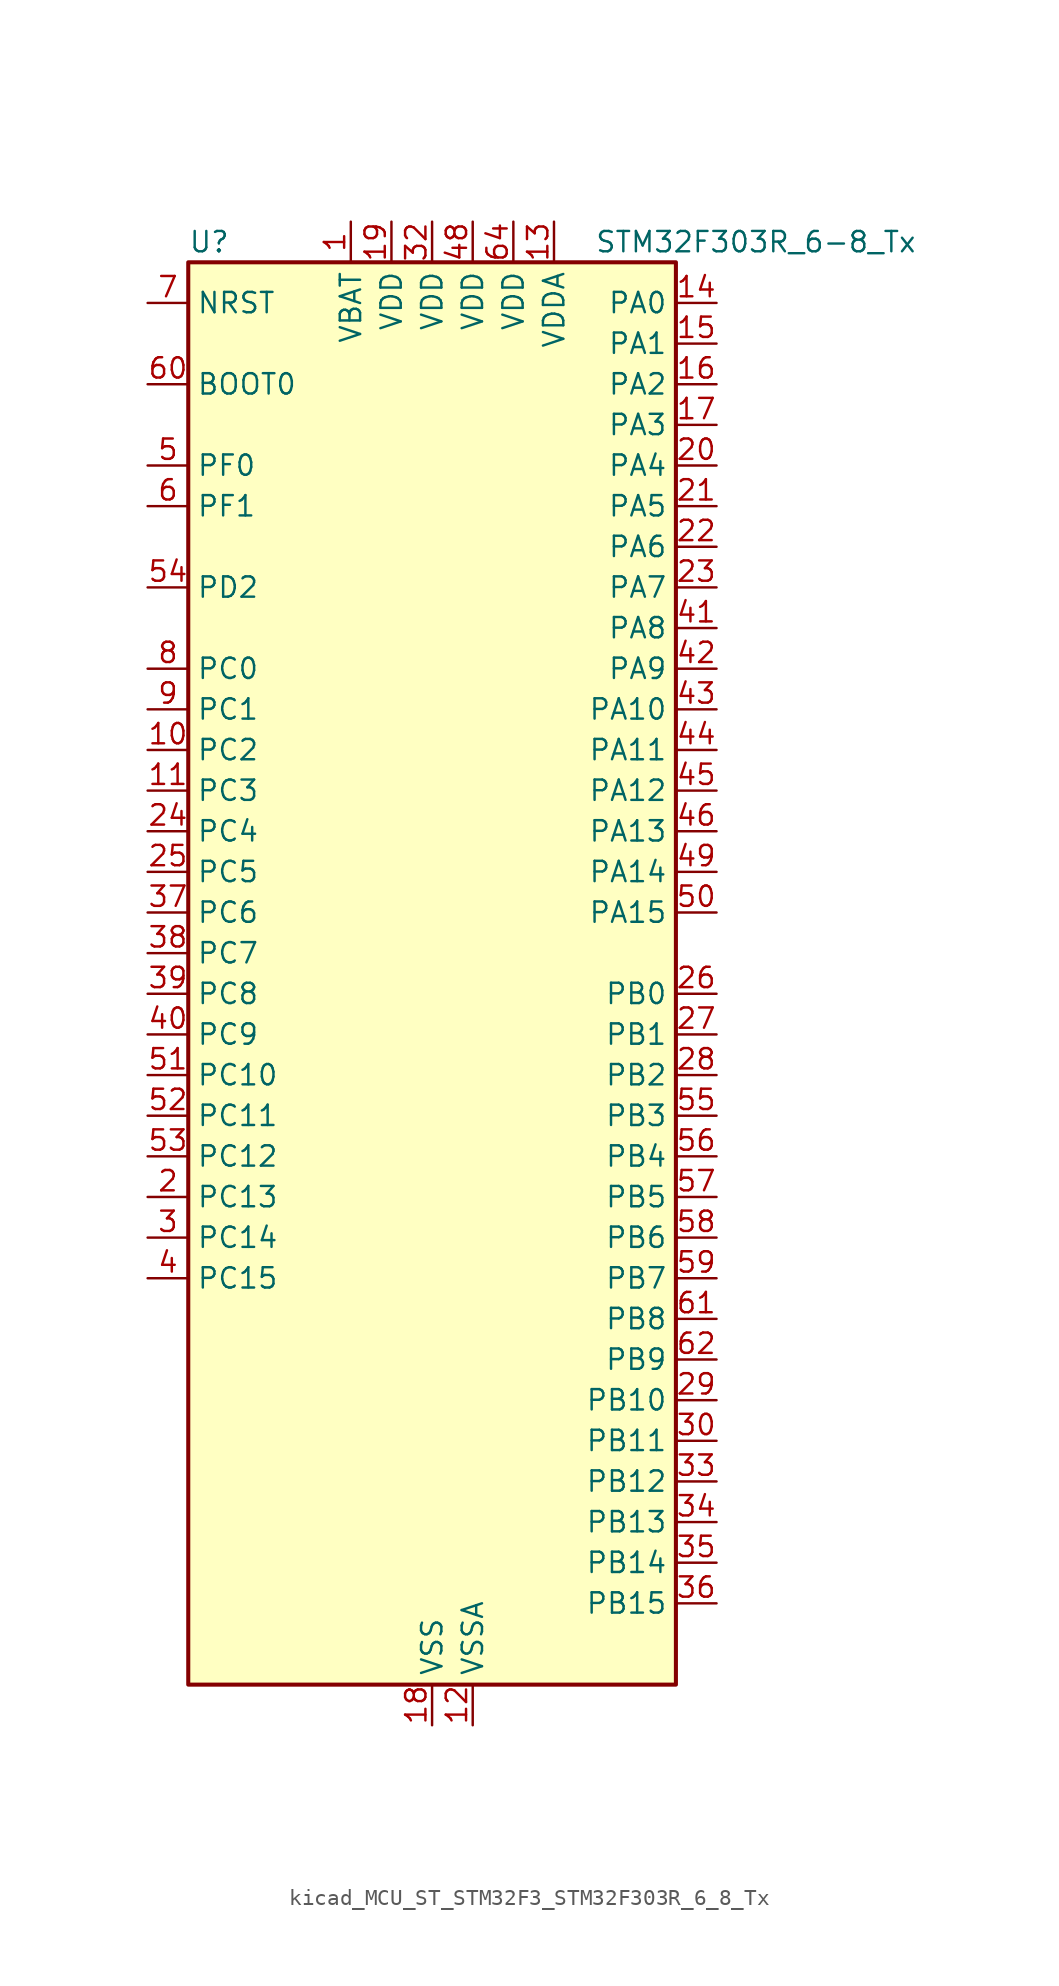
<source format=kicad_sym>
(kicad_symbol_lib
  (version 20220914)
  (generator kicad_symbol_editor)
  (symbol "kicad_MCU_ST_STM32F3_STM32F303R_6_8_Tx"
    (property "Reference" "U"
      (at -15.24 46.99 0)
      (effects (font (size 1.27 1.27)) (justify left)))
    (property "Value" "STM32F303R_6-8_Tx"
      (at 10.16 46.99 0)
      (effects (font (size 1.27 1.27)) (justify left)))
    (property "ki_locked" ""
      (at 0 0 0)
      (effects (font (size 1.27 1.27))))
    (symbol "kicad_MCU_ST_STM32F3_STM32F303R_6_8_Tx_0_1"
      (rectangle (start -15.24 -43.18) (end 15.24 45.72) (stroke (width 0.254) (type default)) (fill (type background))))
    (symbol "kicad_MCU_ST_STM32F3_STM32F303R_6_8_Tx_1_1"
      (pin power_in line (at -5.08 48.26 270) (length 2.54) (name "VBAT" (effects (font (size 1.27 1.27)))) (number "1" (effects (font (size 1.27 1.27)))))
      (pin bidirectional line (at -17.78 15.24 0) (length 2.54) (name "PC2" (effects (font (size 1.27 1.27)))) (number "10" (effects (font (size 1.27 1.27)))) (alternate "ADC1_IN8" bidirectional line) (alternate "ADC2_IN8" bidirectional line) (alternate "TIM1_CH3" bidirectional line))
      (pin bidirectional line (at -17.78 12.7 0) (length 2.54) (name "PC3" (effects (font (size 1.27 1.27)))) (number "11" (effects (font (size 1.27 1.27)))) (alternate "ADC1_IN9" bidirectional line) (alternate "ADC2_IN9" bidirectional line) (alternate "TIM1_BKIN2" bidirectional line) (alternate "TIM1_CH4" bidirectional line))
      (pin power_in line (at 2.54 -45.72 90) (length 2.54) (name "VSSA" (effects (font (size 1.27 1.27)))) (number "12" (effects (font (size 1.27 1.27)))))
      (pin power_in line (at 7.62 48.26 270) (length 2.54) (name "VDDA" (effects (font (size 1.27 1.27)))) (number "13" (effects (font (size 1.27 1.27)))))
      (pin bidirectional line (at 17.78 43.18 180) (length 2.54) (name "PA0" (effects (font (size 1.27 1.27)))) (number "14" (effects (font (size 1.27 1.27)))) (alternate "ADC1_IN1" bidirectional line) (alternate "RTC_TAMP2" bidirectional line) (alternate "SYS_WKUP1" bidirectional line) (alternate "TIM2_CH1" bidirectional line) (alternate "TIM2_ETR" bidirectional line) (alternate "TSC_G1_IO1" bidirectional line) (alternate "USART2_CTS" bidirectional line))
      (pin bidirectional line (at 17.78 40.64 180) (length 2.54) (name "PA1" (effects (font (size 1.27 1.27)))) (number "15" (effects (font (size 1.27 1.27)))) (alternate "ADC1_IN2" bidirectional line) (alternate "RTC_REFIN" bidirectional line) (alternate "TIM15_CH1N" bidirectional line) (alternate "TIM2_CH2" bidirectional line) (alternate "TSC_G1_IO2" bidirectional line) (alternate "USART2_DE" bidirectional line) (alternate "USART2_RTS" bidirectional line))
      (pin bidirectional line (at 17.78 38.1 180) (length 2.54) (name "PA2" (effects (font (size 1.27 1.27)))) (number "16" (effects (font (size 1.27 1.27)))) (alternate "ADC1_IN3" bidirectional line) (alternate "COMP2_INM" bidirectional line) (alternate "COMP2_OUT" bidirectional line) (alternate "TIM15_CH1" bidirectional line) (alternate "TIM2_CH3" bidirectional line) (alternate "TSC_G1_IO3" bidirectional line) (alternate "USART2_TX" bidirectional line))
      (pin bidirectional line (at 17.78 35.56 180) (length 2.54) (name "PA3" (effects (font (size 1.27 1.27)))) (number "17" (effects (font (size 1.27 1.27)))) (alternate "ADC1_IN4" bidirectional line) (alternate "TIM15_CH2" bidirectional line) (alternate "TIM2_CH4" bidirectional line) (alternate "TSC_G1_IO4" bidirectional line) (alternate "USART2_RX" bidirectional line))
      (pin power_in line (at 0 -45.72 90) (length 2.54) (name "VSS" (effects (font (size 1.27 1.27)))) (number "18" (effects (font (size 1.27 1.27)))))
      (pin power_in line (at -2.54 48.26 270) (length 2.54) (name "VDD" (effects (font (size 1.27 1.27)))) (number "19" (effects (font (size 1.27 1.27)))))
      (pin bidirectional line (at -17.78 -12.7 0) (length 2.54) (name "PC13" (effects (font (size 1.27 1.27)))) (number "2" (effects (font (size 1.27 1.27)))) (alternate "RTC_OUT_ALARM" bidirectional line) (alternate "RTC_OUT_CALIB" bidirectional line) (alternate "RTC_TAMP1" bidirectional line) (alternate "RTC_TS" bidirectional line) (alternate "SYS_WKUP2" bidirectional line) (alternate "TIM1_CH1N" bidirectional line))
      (pin bidirectional line (at 17.78 33.02 180) (length 2.54) (name "PA4" (effects (font (size 1.27 1.27)))) (number "20" (effects (font (size 1.27 1.27)))) (alternate "ADC2_IN1" bidirectional line) (alternate "COMP2_INM" bidirectional line) (alternate "COMP4_INM" bidirectional line) (alternate "COMP6_INM" bidirectional line) (alternate "DAC1_OUT1" bidirectional line) (alternate "SPI1_NSS" bidirectional line) (alternate "TIM3_CH2" bidirectional line) (alternate "TSC_G2_IO1" bidirectional line) (alternate "USART2_CK" bidirectional line))
      (pin bidirectional line (at 17.78 30.48 180) (length 2.54) (name "PA5" (effects (font (size 1.27 1.27)))) (number "21" (effects (font (size 1.27 1.27)))) (alternate "ADC2_IN2" bidirectional line) (alternate "DAC1_OUT2" bidirectional line) (alternate "OPAMP2_VINM" bidirectional line) (alternate "OPAMP2_VINM_SEC" bidirectional line) (alternate "SPI1_SCK" bidirectional line) (alternate "TIM2_CH1" bidirectional line) (alternate "TIM2_ETR" bidirectional line) (alternate "TSC_G2_IO2" bidirectional line))
      (pin bidirectional line (at 17.78 27.94 180) (length 2.54) (name "PA6" (effects (font (size 1.27 1.27)))) (number "22" (effects (font (size 1.27 1.27)))) (alternate "ADC2_IN3" bidirectional line) (alternate "DAC2_OUT1" bidirectional line) (alternate "OPAMP2_VOUT" bidirectional line) (alternate "SPI1_MISO" bidirectional line) (alternate "TIM16_CH1" bidirectional line) (alternate "TIM1_BKIN" bidirectional line) (alternate "TIM3_CH1" bidirectional line) (alternate "TSC_G2_IO3" bidirectional line))
      (pin bidirectional line (at 17.78 25.4 180) (length 2.54) (name "PA7" (effects (font (size 1.27 1.27)))) (number "23" (effects (font (size 1.27 1.27)))) (alternate "ADC2_IN4" bidirectional line) (alternate "COMP2_INP" bidirectional line) (alternate "OPAMP2_VINP" bidirectional line) (alternate "OPAMP2_VINP_SEC" bidirectional line) (alternate "SPI1_MOSI" bidirectional line) (alternate "TIM17_CH1" bidirectional line) (alternate "TIM1_CH1N" bidirectional line) (alternate "TIM3_CH2" bidirectional line) (alternate "TSC_G2_IO4" bidirectional line))
      (pin bidirectional line (at -17.78 10.16 0) (length 2.54) (name "PC4" (effects (font (size 1.27 1.27)))) (number "24" (effects (font (size 1.27 1.27)))) (alternate "ADC2_IN5" bidirectional line) (alternate "TIM1_ETR" bidirectional line) (alternate "USART1_TX" bidirectional line))
      (pin bidirectional line (at -17.78 7.62 0) (length 2.54) (name "PC5" (effects (font (size 1.27 1.27)))) (number "25" (effects (font (size 1.27 1.27)))) (alternate "ADC2_IN11" bidirectional line) (alternate "OPAMP2_VINM" bidirectional line) (alternate "OPAMP2_VINM_SEC" bidirectional line) (alternate "TIM15_BKIN" bidirectional line) (alternate "TSC_G3_IO1" bidirectional line) (alternate "USART1_RX" bidirectional line))
      (pin bidirectional line (at 17.78 0 180) (length 2.54) (name "PB0" (effects (font (size 1.27 1.27)))) (number "26" (effects (font (size 1.27 1.27)))) (alternate "ADC1_IN11" bidirectional line) (alternate "COMP4_INP" bidirectional line) (alternate "OPAMP2_VINP" bidirectional line) (alternate "OPAMP2_VINP_SEC" bidirectional line) (alternate "TIM1_CH2N" bidirectional line) (alternate "TIM3_CH3" bidirectional line) (alternate "TSC_G3_IO2" bidirectional line))
      (pin bidirectional line (at 17.78 -2.54 180) (length 2.54) (name "PB1" (effects (font (size 1.27 1.27)))) (number "27" (effects (font (size 1.27 1.27)))) (alternate "ADC1_IN12" bidirectional line) (alternate "COMP4_OUT" bidirectional line) (alternate "TIM1_CH3N" bidirectional line) (alternate "TIM3_CH4" bidirectional line) (alternate "TSC_G3_IO3" bidirectional line))
      (pin bidirectional line (at 17.78 -5.08 180) (length 2.54) (name "PB2" (effects (font (size 1.27 1.27)))) (number "28" (effects (font (size 1.27 1.27)))) (alternate "ADC2_IN12" bidirectional line) (alternate "COMP4_INM" bidirectional line) (alternate "TSC_G3_IO4" bidirectional line))
      (pin bidirectional line (at 17.78 -25.4 180) (length 2.54) (name "PB10" (effects (font (size 1.27 1.27)))) (number "29" (effects (font (size 1.27 1.27)))) (alternate "TIM2_CH3" bidirectional line) (alternate "TSC_SYNC" bidirectional line) (alternate "USART3_TX" bidirectional line))
      (pin bidirectional line (at -17.78 -15.24 0) (length 2.54) (name "PC14" (effects (font (size 1.27 1.27)))) (number "3" (effects (font (size 1.27 1.27)))) (alternate "RCC_OSC32_IN" bidirectional line))
      (pin bidirectional line (at 17.78 -27.94 180) (length 2.54) (name "PB11" (effects (font (size 1.27 1.27)))) (number "30" (effects (font (size 1.27 1.27)))) (alternate "COMP6_INP" bidirectional line) (alternate "TIM2_CH4" bidirectional line) (alternate "TSC_G6_IO1" bidirectional line) (alternate "USART3_RX" bidirectional line))
      (pin passive line (at 0 -45.72 90) (length 2.54) hide (name "VSS" (effects (font (size 1.27 1.27)))) (number "31" (effects (font (size 1.27 1.27)))))
      (pin power_in line (at 0 48.26 270) (length 2.54) (name "VDD" (effects (font (size 1.27 1.27)))) (number "32" (effects (font (size 1.27 1.27)))))
      (pin bidirectional line (at 17.78 -30.48 180) (length 2.54) (name "PB12" (effects (font (size 1.27 1.27)))) (number "33" (effects (font (size 1.27 1.27)))) (alternate "ADC2_IN13" bidirectional line) (alternate "TIM1_BKIN" bidirectional line) (alternate "TSC_G6_IO2" bidirectional line) (alternate "USART3_CK" bidirectional line))
      (pin bidirectional line (at 17.78 -33.02 180) (length 2.54) (name "PB13" (effects (font (size 1.27 1.27)))) (number "34" (effects (font (size 1.27 1.27)))) (alternate "ADC1_IN13" bidirectional line) (alternate "TIM1_CH1N" bidirectional line) (alternate "TSC_G6_IO3" bidirectional line) (alternate "USART3_CTS" bidirectional line))
      (pin bidirectional line (at 17.78 -35.56 180) (length 2.54) (name "PB14" (effects (font (size 1.27 1.27)))) (number "35" (effects (font (size 1.27 1.27)))) (alternate "ADC2_IN14" bidirectional line) (alternate "OPAMP2_VINP" bidirectional line) (alternate "OPAMP2_VINP_SEC" bidirectional line) (alternate "TIM15_CH1" bidirectional line) (alternate "TIM1_CH2N" bidirectional line) (alternate "TSC_G6_IO4" bidirectional line) (alternate "USART3_DE" bidirectional line) (alternate "USART3_RTS" bidirectional line))
      (pin bidirectional line (at 17.78 -38.1 180) (length 2.54) (name "PB15" (effects (font (size 1.27 1.27)))) (number "36" (effects (font (size 1.27 1.27)))) (alternate "ADC2_IN15" bidirectional line) (alternate "COMP6_INM" bidirectional line) (alternate "RTC_REFIN" bidirectional line) (alternate "TIM15_CH1N" bidirectional line) (alternate "TIM15_CH2" bidirectional line) (alternate "TIM1_CH3N" bidirectional line))
      (pin bidirectional line (at -17.78 5.08 0) (length 2.54) (name "PC6" (effects (font (size 1.27 1.27)))) (number "37" (effects (font (size 1.27 1.27)))) (alternate "COMP6_OUT" bidirectional line) (alternate "TIM3_CH1" bidirectional line))
      (pin bidirectional line (at -17.78 2.54 0) (length 2.54) (name "PC7" (effects (font (size 1.27 1.27)))) (number "38" (effects (font (size 1.27 1.27)))) (alternate "TIM3_CH2" bidirectional line))
      (pin bidirectional line (at -17.78 0 0) (length 2.54) (name "PC8" (effects (font (size 1.27 1.27)))) (number "39" (effects (font (size 1.27 1.27)))) (alternate "TIM3_CH3" bidirectional line))
      (pin bidirectional line (at -17.78 -17.78 0) (length 2.54) (name "PC15" (effects (font (size 1.27 1.27)))) (number "4" (effects (font (size 1.27 1.27)))) (alternate "RCC_OSC32_OUT" bidirectional line))
      (pin bidirectional line (at -17.78 -2.54 0) (length 2.54) (name "PC9" (effects (font (size 1.27 1.27)))) (number "40" (effects (font (size 1.27 1.27)))) (alternate "DAC1_EXTI9" bidirectional line) (alternate "DAC2_EXTI9" bidirectional line) (alternate "TIM3_CH4" bidirectional line))
      (pin bidirectional line (at 17.78 22.86 180) (length 2.54) (name "PA8" (effects (font (size 1.27 1.27)))) (number "41" (effects (font (size 1.27 1.27)))) (alternate "RCC_MCO" bidirectional line) (alternate "TIM1_CH1" bidirectional line) (alternate "USART1_CK" bidirectional line))
      (pin bidirectional line (at 17.78 20.32 180) (length 2.54) (name "PA9" (effects (font (size 1.27 1.27)))) (number "42" (effects (font (size 1.27 1.27)))) (alternate "DAC1_EXTI9" bidirectional line) (alternate "DAC2_EXTI9" bidirectional line) (alternate "TIM15_BKIN" bidirectional line) (alternate "TIM1_CH2" bidirectional line) (alternate "TIM2_CH3" bidirectional line) (alternate "TSC_G4_IO1" bidirectional line) (alternate "USART1_TX" bidirectional line))
      (pin bidirectional line (at 17.78 17.78 180) (length 2.54) (name "PA10" (effects (font (size 1.27 1.27)))) (number "43" (effects (font (size 1.27 1.27)))) (alternate "COMP6_OUT" bidirectional line) (alternate "TIM17_BKIN" bidirectional line) (alternate "TIM1_CH3" bidirectional line) (alternate "TIM2_CH4" bidirectional line) (alternate "TSC_G4_IO2" bidirectional line) (alternate "USART1_RX" bidirectional line))
      (pin bidirectional line (at 17.78 15.24 180) (length 2.54) (name "PA11" (effects (font (size 1.27 1.27)))) (number "44" (effects (font (size 1.27 1.27)))) (alternate "CAN_RX" bidirectional line) (alternate "TIM1_BKIN2" bidirectional line) (alternate "TIM1_CH1N" bidirectional line) (alternate "TIM1_CH4" bidirectional line) (alternate "USART1_CTS" bidirectional line))
      (pin bidirectional line (at 17.78 12.7 180) (length 2.54) (name "PA12" (effects (font (size 1.27 1.27)))) (number "45" (effects (font (size 1.27 1.27)))) (alternate "CAN_TX" bidirectional line) (alternate "COMP2_OUT" bidirectional line) (alternate "TIM16_CH1" bidirectional line) (alternate "TIM1_CH2N" bidirectional line) (alternate "TIM1_ETR" bidirectional line) (alternate "USART1_DE" bidirectional line) (alternate "USART1_RTS" bidirectional line))
      (pin bidirectional line (at 17.78 10.16 180) (length 2.54) (name "PA13" (effects (font (size 1.27 1.27)))) (number "46" (effects (font (size 1.27 1.27)))) (alternate "IR_OUT" bidirectional line) (alternate "SYS_JTMS-SWDIO" bidirectional line) (alternate "TIM16_CH1N" bidirectional line) (alternate "TSC_G4_IO3" bidirectional line) (alternate "USART3_CTS" bidirectional line))
      (pin passive line (at 0 -45.72 90) (length 2.54) hide (name "VSS" (effects (font (size 1.27 1.27)))) (number "47" (effects (font (size 1.27 1.27)))))
      (pin power_in line (at 2.54 48.26 270) (length 2.54) (name "VDD" (effects (font (size 1.27 1.27)))) (number "48" (effects (font (size 1.27 1.27)))))
      (pin bidirectional line (at 17.78 7.62 180) (length 2.54) (name "PA14" (effects (font (size 1.27 1.27)))) (number "49" (effects (font (size 1.27 1.27)))) (alternate "I2C1_SDA" bidirectional line) (alternate "SYS_JTCK-SWCLK" bidirectional line) (alternate "TIM1_BKIN" bidirectional line) (alternate "TSC_G4_IO4" bidirectional line) (alternate "USART2_TX" bidirectional line))
      (pin bidirectional line (at -17.78 33.02 0) (length 2.54) (name "PF0" (effects (font (size 1.27 1.27)))) (number "5" (effects (font (size 1.27 1.27)))) (alternate "RCC_OSC_IN" bidirectional line) (alternate "TIM1_CH3N" bidirectional line))
      (pin bidirectional line (at 17.78 5.08 180) (length 2.54) (name "PA15" (effects (font (size 1.27 1.27)))) (number "50" (effects (font (size 1.27 1.27)))) (alternate "I2C1_SCL" bidirectional line) (alternate "SPI1_NSS" bidirectional line) (alternate "SYS_JTDI" bidirectional line) (alternate "TIM1_BKIN" bidirectional line) (alternate "TIM2_CH1" bidirectional line) (alternate "TIM2_ETR" bidirectional line) (alternate "TSC_SYNC" bidirectional line) (alternate "USART2_RX" bidirectional line))
      (pin bidirectional line (at -17.78 -5.08 0) (length 2.54) (name "PC10" (effects (font (size 1.27 1.27)))) (number "51" (effects (font (size 1.27 1.27)))) (alternate "USART3_TX" bidirectional line))
      (pin bidirectional line (at -17.78 -7.62 0) (length 2.54) (name "PC11" (effects (font (size 1.27 1.27)))) (number "52" (effects (font (size 1.27 1.27)))) (alternate "USART3_RX" bidirectional line))
      (pin bidirectional line (at -17.78 -10.16 0) (length 2.54) (name "PC12" (effects (font (size 1.27 1.27)))) (number "53" (effects (font (size 1.27 1.27)))) (alternate "USART3_CK" bidirectional line))
      (pin bidirectional line (at -17.78 25.4 0) (length 2.54) (name "PD2" (effects (font (size 1.27 1.27)))) (number "54" (effects (font (size 1.27 1.27)))) (alternate "TIM3_ETR" bidirectional line))
      (pin bidirectional line (at 17.78 -7.62 180) (length 2.54) (name "PB3" (effects (font (size 1.27 1.27)))) (number "55" (effects (font (size 1.27 1.27)))) (alternate "SPI1_SCK" bidirectional line) (alternate "SYS_JTDO-TRACESWO" bidirectional line) (alternate "TIM2_CH2" bidirectional line) (alternate "TIM3_ETR" bidirectional line) (alternate "TSC_G5_IO1" bidirectional line) (alternate "USART2_TX" bidirectional line))
      (pin bidirectional line (at 17.78 -10.16 180) (length 2.54) (name "PB4" (effects (font (size 1.27 1.27)))) (number "56" (effects (font (size 1.27 1.27)))) (alternate "SPI1_MISO" bidirectional line) (alternate "SYS_NJTRST" bidirectional line) (alternate "TIM16_CH1" bidirectional line) (alternate "TIM17_BKIN" bidirectional line) (alternate "TIM3_CH1" bidirectional line) (alternate "TSC_G5_IO2" bidirectional line) (alternate "USART2_RX" bidirectional line))
      (pin bidirectional line (at 17.78 -12.7 180) (length 2.54) (name "PB5" (effects (font (size 1.27 1.27)))) (number "57" (effects (font (size 1.27 1.27)))) (alternate "I2C1_SMBA" bidirectional line) (alternate "SPI1_MOSI" bidirectional line) (alternate "TIM16_BKIN" bidirectional line) (alternate "TIM17_CH1" bidirectional line) (alternate "TIM3_CH2" bidirectional line) (alternate "USART2_CK" bidirectional line))
      (pin bidirectional line (at 17.78 -15.24 180) (length 2.54) (name "PB6" (effects (font (size 1.27 1.27)))) (number "58" (effects (font (size 1.27 1.27)))) (alternate "I2C1_SCL" bidirectional line) (alternate "TIM16_CH1N" bidirectional line) (alternate "TSC_G5_IO3" bidirectional line) (alternate "USART1_TX" bidirectional line))
      (pin bidirectional line (at 17.78 -17.78 180) (length 2.54) (name "PB7" (effects (font (size 1.27 1.27)))) (number "59" (effects (font (size 1.27 1.27)))) (alternate "I2C1_SDA" bidirectional line) (alternate "TIM17_CH1N" bidirectional line) (alternate "TIM3_CH4" bidirectional line) (alternate "TSC_G5_IO4" bidirectional line) (alternate "USART1_RX" bidirectional line))
      (pin bidirectional line (at -17.78 30.48 0) (length 2.54) (name "PF1" (effects (font (size 1.27 1.27)))) (number "6" (effects (font (size 1.27 1.27)))) (alternate "RCC_OSC_OUT" bidirectional line))
      (pin input line (at -17.78 38.1 0) (length 2.54) (name "BOOT0" (effects (font (size 1.27 1.27)))) (number "60" (effects (font (size 1.27 1.27)))))
      (pin bidirectional line (at 17.78 -20.32 180) (length 2.54) (name "PB8" (effects (font (size 1.27 1.27)))) (number "61" (effects (font (size 1.27 1.27)))) (alternate "CAN_RX" bidirectional line) (alternate "I2C1_SCL" bidirectional line) (alternate "TIM16_CH1" bidirectional line) (alternate "TIM1_BKIN" bidirectional line) (alternate "TSC_SYNC" bidirectional line) (alternate "USART3_RX" bidirectional line))
      (pin bidirectional line (at 17.78 -22.86 180) (length 2.54) (name "PB9" (effects (font (size 1.27 1.27)))) (number "62" (effects (font (size 1.27 1.27)))) (alternate "CAN_TX" bidirectional line) (alternate "COMP2_OUT" bidirectional line) (alternate "DAC1_EXTI9" bidirectional line) (alternate "DAC2_EXTI9" bidirectional line) (alternate "I2C1_SDA" bidirectional line) (alternate "IR_OUT" bidirectional line) (alternate "TIM17_CH1" bidirectional line) (alternate "USART3_TX" bidirectional line))
      (pin passive line (at 0 -45.72 90) (length 2.54) hide (name "VSS" (effects (font (size 1.27 1.27)))) (number "63" (effects (font (size 1.27 1.27)))))
      (pin power_in line (at 5.08 48.26 270) (length 2.54) (name "VDD" (effects (font (size 1.27 1.27)))) (number "64" (effects (font (size 1.27 1.27)))))
      (pin input line (at -17.78 43.18 0) (length 2.54) (name "NRST" (effects (font (size 1.27 1.27)))) (number "7" (effects (font (size 1.27 1.27)))))
      (pin bidirectional line (at -17.78 20.32 0) (length 2.54) (name "PC0" (effects (font (size 1.27 1.27)))) (number "8" (effects (font (size 1.27 1.27)))) (alternate "ADC1_IN6" bidirectional line) (alternate "ADC2_IN6" bidirectional line) (alternate "TIM1_CH1" bidirectional line))
      (pin bidirectional line (at -17.78 17.78 0) (length 2.54) (name "PC1" (effects (font (size 1.27 1.27)))) (number "9" (effects (font (size 1.27 1.27)))) (alternate "ADC1_IN7" bidirectional line) (alternate "ADC2_IN7" bidirectional line) (alternate "TIM1_CH2" bidirectional line)))))
</source>
